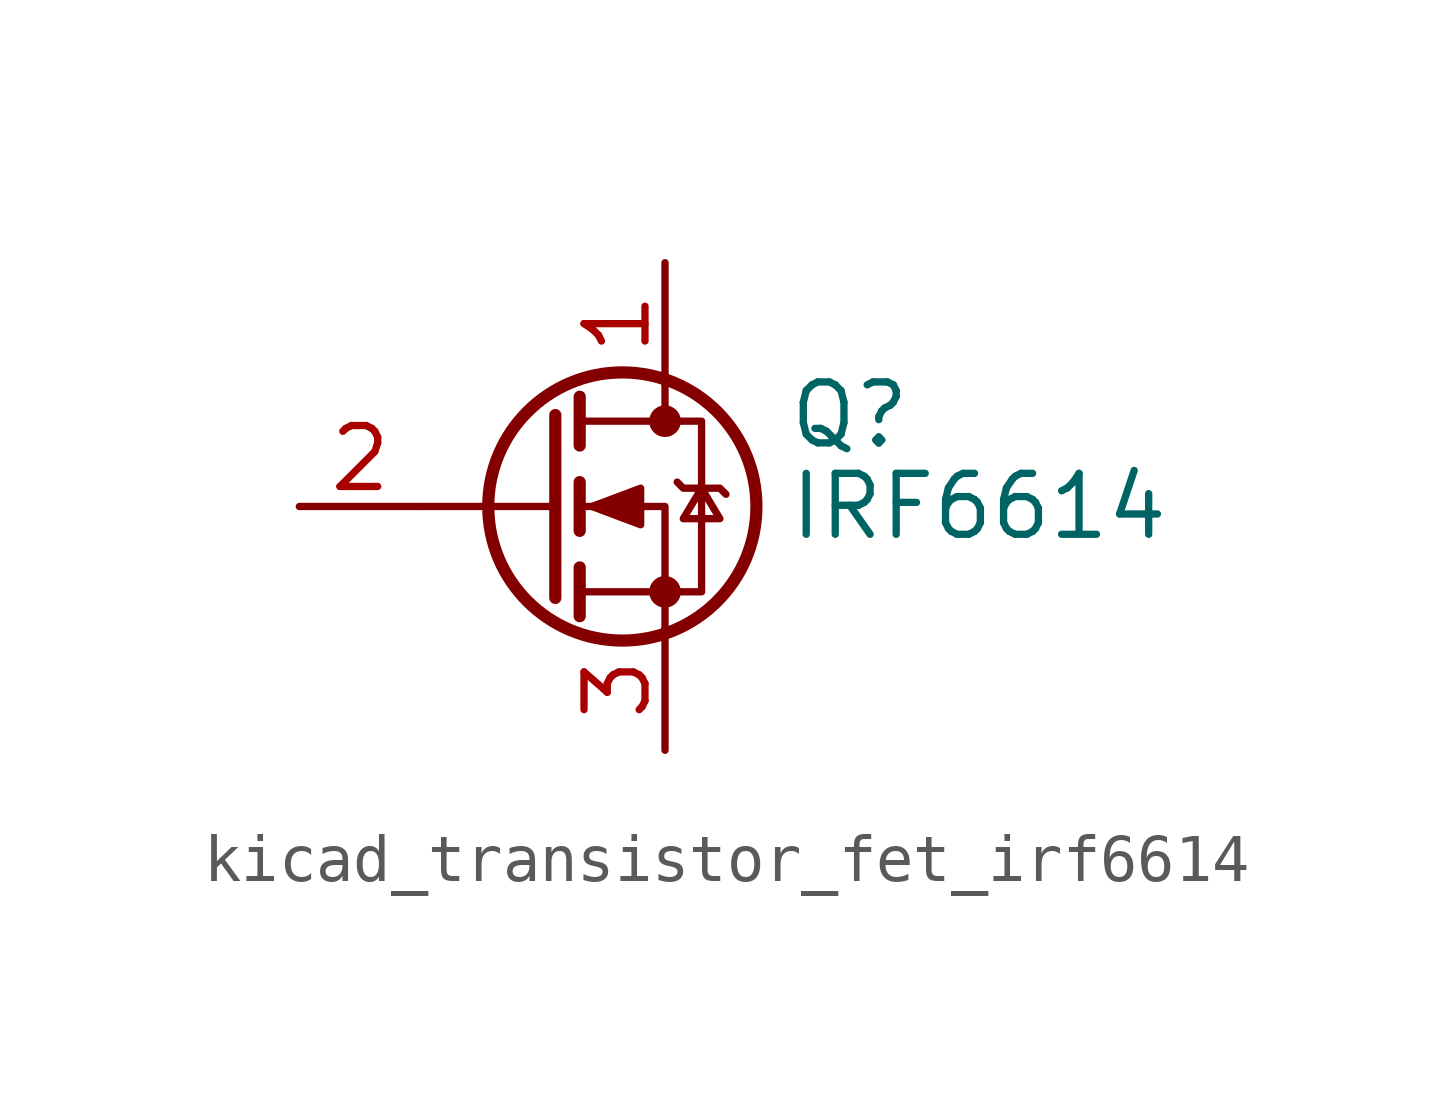
<source format=kicad_sym>
(kicad_symbol_lib
  (version 20220914)
  (generator kicad_symbol_editor)
  (symbol "kicad_transistor_fet_irf6614"
    (pin_names hide)
    (property "Reference" "Q"
      (at 5.08 1.905 0)
      (effects (font (size 1.27 1.27)) (justify left)))
    (property "Value" "IRF6614"
      (at 5.08 0 0)
      (effects (font (size 1.27 1.27)) (justify left)))
    (symbol "kicad_transistor_fet_irf6614_0_1"
      (polyline (pts (xy 0.254 0) (xy -2.54 0)) (stroke (width 0) (type default)) (fill (type none)))
      (polyline (pts (xy 0.254 1.905) (xy 0.254 -1.905)) (stroke (width 0.254) (type default)) (fill (type none)))
      (polyline (pts (xy 0.762 -1.27) (xy 0.762 -2.286)) (stroke (width 0.254) (type default)) (fill (type none)))
      (polyline (pts (xy 0.762 0.508) (xy 0.762 -0.508)) (stroke (width 0.254) (type default)) (fill (type none)))
      (polyline (pts (xy 0.762 2.286) (xy 0.762 1.27)) (stroke (width 0.254) (type default)) (fill (type none)))
      (polyline (pts (xy 2.54 2.54) (xy 2.54 1.778)) (stroke (width 0) (type default)) (fill (type none)))
      (polyline (pts (xy 2.54 -2.54) (xy 2.54 0) (xy 0.762 0)) (stroke (width 0) (type default)) (fill (type none)))
      (polyline (pts (xy 0.762 -1.778) (xy 3.302 -1.778) (xy 3.302 1.778) (xy 0.762 1.778)) (stroke (width 0) (type default)) (fill (type none)))
      (polyline (pts (xy 1.016 0) (xy 2.032 0.381) (xy 2.032 -0.381) (xy 1.016 0)) (stroke (width 0) (type default)) (fill (type outline)))
      (polyline (pts (xy 2.794 0.508) (xy 2.921 0.381) (xy 3.683 0.381) (xy 3.81 0.254)) (stroke (width 0) (type default)) (fill (type none)))
      (polyline (pts (xy 3.302 0.381) (xy 2.921 -0.254) (xy 3.683 -0.254) (xy 3.302 0.381)) (stroke (width 0) (type default)) (fill (type none)))
      (circle (center 1.651 0) (radius 2.794) (stroke (width 0.254) (type default)) (fill (type none)))
      (circle (center 2.54 -1.778) (radius 0.254) (stroke (width 0) (type default)) (fill (type outline)))
      (circle (center 2.54 1.778) (radius 0.254) (stroke (width 0) (type default)) (fill (type outline))))
    (symbol "kicad_transistor_fet_irf6614_1_1"
      (pin passive line (at 2.54 5.08 270) (length 2.54) (name "D" (effects (font (size 1.27 1.27)))) (number "1" (effects (font (size 1.27 1.27)))))
      (pin input line (at -5.08 0 0) (length 2.54) (name "G" (effects (font (size 1.27 1.27)))) (number "2" (effects (font (size 1.27 1.27)))))
      (pin passive line (at 2.54 -5.08 90) (length 2.54) (name "S" (effects (font (size 1.27 1.27)))) (number "3" (effects (font (size 1.27 1.27))))))))
</source>
